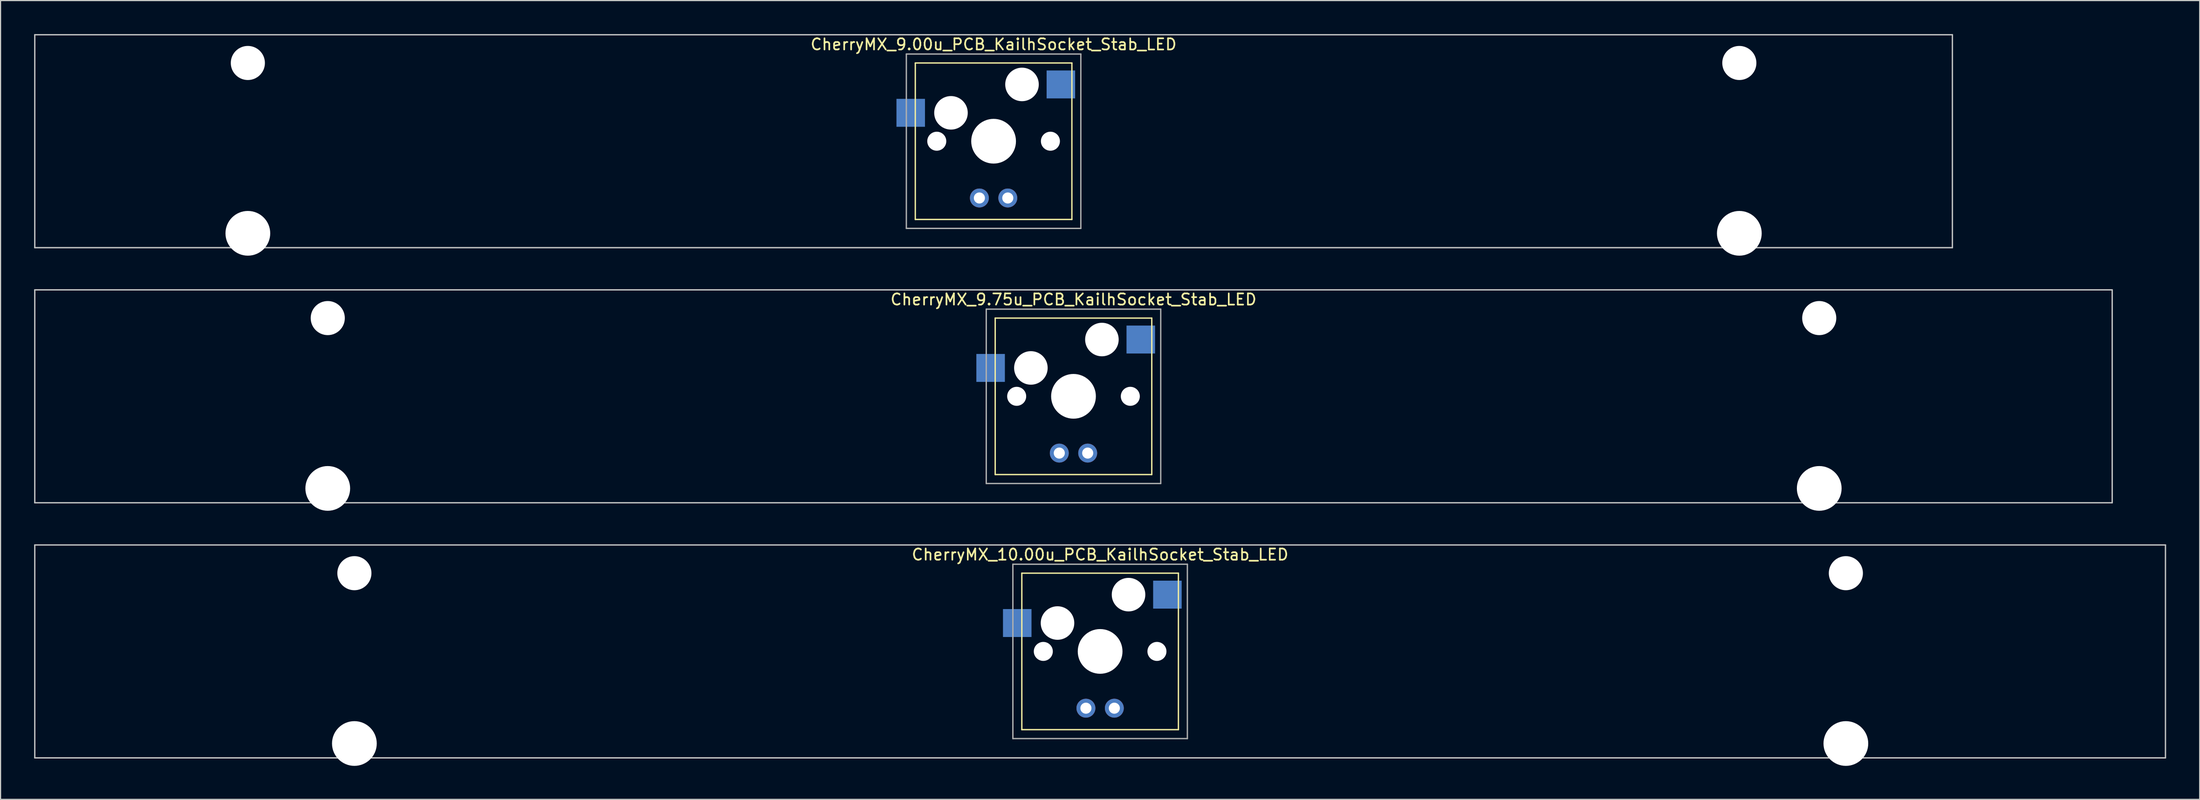
<source format=kicad_pcb>
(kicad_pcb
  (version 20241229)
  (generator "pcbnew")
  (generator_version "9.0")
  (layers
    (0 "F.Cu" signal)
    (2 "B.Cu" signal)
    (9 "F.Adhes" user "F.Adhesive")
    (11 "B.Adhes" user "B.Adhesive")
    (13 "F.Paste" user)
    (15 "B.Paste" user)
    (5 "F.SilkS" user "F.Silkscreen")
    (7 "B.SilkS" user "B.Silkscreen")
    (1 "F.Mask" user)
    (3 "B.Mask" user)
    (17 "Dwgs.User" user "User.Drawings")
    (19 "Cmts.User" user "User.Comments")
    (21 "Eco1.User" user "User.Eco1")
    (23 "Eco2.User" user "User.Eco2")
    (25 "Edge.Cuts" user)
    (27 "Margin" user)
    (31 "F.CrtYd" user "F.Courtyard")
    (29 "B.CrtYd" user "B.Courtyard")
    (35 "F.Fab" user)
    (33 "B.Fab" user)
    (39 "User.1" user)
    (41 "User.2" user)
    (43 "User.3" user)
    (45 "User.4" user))
  (footprint "CherryMX_9.00u_PCB_KailhSocket_Stab_LED"
    (layer "F.Cu")
    (at 85.785 9.585)
    (property "Reference" "CherryMX_9.00u_PCB_KailhSocket_Stab_LED" (at 0 -8.662 0) (layer "F.SilkS") (effects (font (size 1 1) (thickness 0.15))))
    (attr through_hole)
    (fp_line (start -7 -7) (end -7 7) (stroke (width 0.12) (type solid)) (layer "F.SilkS"))
    (fp_line (start -7 -7) (end 7 -7) (stroke (width 0.12) (type solid)) (layer "F.SilkS"))
    (fp_line (start 7 -7) (end 7 7) (stroke (width 0.12) (type solid)) (layer "F.SilkS"))
    (fp_line (start 7 7) (end -7 7) (stroke (width 0.12) (type solid)) (layer "F.SilkS"))
    (fp_line (start -85.725 -9.525) (end 85.725 -9.525) (stroke (width 0.12) (type solid)) (layer "Dwgs.User"))
    (fp_line (start -85.725 9.525) (end -85.725 -9.525) (stroke (width 0.12) (type solid)) (layer "Dwgs.User"))
    (fp_line (start 85.725 -9.525) (end 85.725 9.525) (stroke (width 0.12) (type solid)) (layer "Dwgs.User"))
    (fp_line (start 85.725 9.525) (end -85.725 9.525) (stroke (width 0.12) (type solid)) (layer "Dwgs.User"))
    (fp_line (start -7.8 -7.8) (end -7.8 7.8) (stroke (width 0.12) (type solid)) (layer "F.Fab"))
    (fp_line (start -7.8 -7.8) (end 7.8 -7.8) (stroke (width 0.12) (type solid)) (layer "F.Fab"))
    (fp_line (start -7.8 7.8) (end 7.8 7.8) (stroke (width 0.12) (type solid)) (layer "F.Fab"))
    (fp_line (start 7.8 -7.8) (end 7.8 7.8) (stroke (width 0.12) (type solid)) (layer "F.Fab"))
    (pad "" np_thru_hole circle (at -66.675 -7) (size 3.05 3.05) (drill 3.05) (layers "*.Cu" "*.Mask"))
    (pad "" np_thru_hole circle (at -66.675 8.24) (size 4 4) (drill 4) (layers "*.Cu" "*.Mask"))
    (pad "" np_thru_hole circle (at -5.08 0) (size 1.7 1.7) (drill 1.7) (layers "*.Cu" "*.Mask"))
    (pad "" np_thru_hole circle (at -3.81 -2.54) (size 3 3) (drill 3) (layers "*.Cu" "*.Mask"))
    (pad "" np_thru_hole circle (at 0 0) (size 4 4) (drill 4) (layers "*.Cu" "*.Mask"))
    (pad "" np_thru_hole circle (at 2.54 -5.08) (size 3 3) (drill 3) (layers "*.Cu" "*.Mask"))
    (pad "" np_thru_hole circle (at 5.08 0) (size 1.7 1.7) (drill 1.7) (layers "*.Cu" "*.Mask"))
    (pad "" np_thru_hole circle (at 66.675 -7) (size 3.05 3.05) (drill 3.05) (layers "*.Cu" "*.Mask"))
    (pad "" np_thru_hole circle (at 66.675 8.24) (size 4 4) (drill 4) (layers "*.Cu" "*.Mask"))
    (pad "1" smd rect (at -7.41 -2.54) (size 2.55 2.5) (layers "B.Cu" "B.Mask" "B.Paste"))
    (pad "2" smd rect (at 6.015 -5.08) (size 2.55 2.5) (layers "B.Cu" "B.Mask" "B.Paste"))
    (pad "3" thru_hole circle (at -1.27 5.08) (size 1.691 1.691) (drill 0.991) (layers "*.Cu" "*.Mask"))
    (pad "4" thru_hole circle (at 1.27 5.08) (size 1.691 1.691) (drill 0.991) (layers "*.Cu" "*.Mask")))
  (footprint "CherryMX_9.75u_PCB_KailhSocket_Stab_LED"
    (layer "F.Cu")
    (at 92.929 32.41)
    (property "Reference" "CherryMX_9.75u_PCB_KailhSocket_Stab_LED" (at 0 -8.662 0) (layer "F.SilkS") (effects (font (size 1 1) (thickness 0.15))))
    (attr through_hole)
    (fp_line (start -7 -7) (end -7 7) (stroke (width 0.12) (type solid)) (layer "F.SilkS"))
    (fp_line (start -7 -7) (end 7 -7) (stroke (width 0.12) (type solid)) (layer "F.SilkS"))
    (fp_line (start 7 -7) (end 7 7) (stroke (width 0.12) (type solid)) (layer "F.SilkS"))
    (fp_line (start 7 7) (end -7 7) (stroke (width 0.12) (type solid)) (layer "F.SilkS"))
    (fp_line (start -92.869 -9.525) (end 92.869 -9.525) (stroke (width 0.12) (type solid)) (layer "Dwgs.User"))
    (fp_line (start -92.869 9.525) (end -92.869 -9.525) (stroke (width 0.12) (type solid)) (layer "Dwgs.User"))
    (fp_line (start 92.869 -9.525) (end 92.869 9.525) (stroke (width 0.12) (type solid)) (layer "Dwgs.User"))
    (fp_line (start 92.869 9.525) (end -92.869 9.525) (stroke (width 0.12) (type solid)) (layer "Dwgs.User"))
    (fp_line (start -7.8 -7.8) (end -7.8 7.8) (stroke (width 0.12) (type solid)) (layer "F.Fab"))
    (fp_line (start -7.8 -7.8) (end 7.8 -7.8) (stroke (width 0.12) (type solid)) (layer "F.Fab"))
    (fp_line (start -7.8 7.8) (end 7.8 7.8) (stroke (width 0.12) (type solid)) (layer "F.Fab"))
    (fp_line (start 7.8 -7.8) (end 7.8 7.8) (stroke (width 0.12) (type solid)) (layer "F.Fab"))
    (pad "" np_thru_hole circle (at -66.675 -7) (size 3.05 3.05) (drill 3.05) (layers "*.Cu" "*.Mask"))
    (pad "" np_thru_hole circle (at -66.675 8.24) (size 4 4) (drill 4) (layers "*.Cu" "*.Mask"))
    (pad "" np_thru_hole circle (at -5.08 0) (size 1.7 1.7) (drill 1.7) (layers "*.Cu" "*.Mask"))
    (pad "" np_thru_hole circle (at -3.81 -2.54) (size 3 3) (drill 3) (layers "*.Cu" "*.Mask"))
    (pad "" np_thru_hole circle (at 0 0) (size 4 4) (drill 4) (layers "*.Cu" "*.Mask"))
    (pad "" np_thru_hole circle (at 2.54 -5.08) (size 3 3) (drill 3) (layers "*.Cu" "*.Mask"))
    (pad "" np_thru_hole circle (at 5.08 0) (size 1.7 1.7) (drill 1.7) (layers "*.Cu" "*.Mask"))
    (pad "" np_thru_hole circle (at 66.675 -7) (size 3.05 3.05) (drill 3.05) (layers "*.Cu" "*.Mask"))
    (pad "" np_thru_hole circle (at 66.675 8.24) (size 4 4) (drill 4) (layers "*.Cu" "*.Mask"))
    (pad "1" smd rect (at -7.41 -2.54) (size 2.55 2.5) (layers "B.Cu" "B.Mask" "B.Paste"))
    (pad "2" smd rect (at 6.015 -5.08) (size 2.55 2.5) (layers "B.Cu" "B.Mask" "B.Paste"))
    (pad "3" thru_hole circle (at -1.27 5.08) (size 1.691 1.691) (drill 0.991) (layers "*.Cu" "*.Mask"))
    (pad "4" thru_hole circle (at 1.27 5.08) (size 1.691 1.691) (drill 0.991) (layers "*.Cu" "*.Mask")))
  (footprint "CherryMX_10.00u_PCB_KailhSocket_Stab_LED"
    (layer "F.Cu")
    (at 95.31 55.235)
    (property "Reference" "CherryMX_10.00u_PCB_KailhSocket_Stab_LED" (at 0 -8.662 0) (layer "F.SilkS") (effects (font (size 1 1) (thickness 0.15))))
    (attr through_hole)
    (fp_line (start -7 -7) (end -7 7) (stroke (width 0.12) (type solid)) (layer "F.SilkS"))
    (fp_line (start -7 -7) (end 7 -7) (stroke (width 0.12) (type solid)) (layer "F.SilkS"))
    (fp_line (start 7 -7) (end 7 7) (stroke (width 0.12) (type solid)) (layer "F.SilkS"))
    (fp_line (start 7 7) (end -7 7) (stroke (width 0.12) (type solid)) (layer "F.SilkS"))
    (fp_line (start -95.25 -9.525) (end 95.25 -9.525) (stroke (width 0.12) (type solid)) (layer "Dwgs.User"))
    (fp_line (start -95.25 9.525) (end -95.25 -9.525) (stroke (width 0.12) (type solid)) (layer "Dwgs.User"))
    (fp_line (start 95.25 -9.525) (end 95.25 9.525) (stroke (width 0.12) (type solid)) (layer "Dwgs.User"))
    (fp_line (start 95.25 9.525) (end -95.25 9.525) (stroke (width 0.12) (type solid)) (layer "Dwgs.User"))
    (fp_line (start -7.8 -7.8) (end -7.8 7.8) (stroke (width 0.12) (type solid)) (layer "F.Fab"))
    (fp_line (start -7.8 -7.8) (end 7.8 -7.8) (stroke (width 0.12) (type solid)) (layer "F.Fab"))
    (fp_line (start -7.8 7.8) (end 7.8 7.8) (stroke (width 0.12) (type solid)) (layer "F.Fab"))
    (fp_line (start 7.8 -7.8) (end 7.8 7.8) (stroke (width 0.12) (type solid)) (layer "F.Fab"))
    (pad "" np_thru_hole circle (at -66.675 -7) (size 3.05 3.05) (drill 3.05) (layers "*.Cu" "*.Mask"))
    (pad "" np_thru_hole circle (at -66.675 8.24) (size 4 4) (drill 4) (layers "*.Cu" "*.Mask"))
    (pad "" np_thru_hole circle (at -5.08 0) (size 1.7 1.7) (drill 1.7) (layers "*.Cu" "*.Mask"))
    (pad "" np_thru_hole circle (at -3.81 -2.54) (size 3 3) (drill 3) (layers "*.Cu" "*.Mask"))
    (pad "" np_thru_hole circle (at 0 0) (size 4 4) (drill 4) (layers "*.Cu" "*.Mask"))
    (pad "" np_thru_hole circle (at 2.54 -5.08) (size 3 3) (drill 3) (layers "*.Cu" "*.Mask"))
    (pad "" np_thru_hole circle (at 5.08 0) (size 1.7 1.7) (drill 1.7) (layers "*.Cu" "*.Mask"))
    (pad "" np_thru_hole circle (at 66.675 -7) (size 3.05 3.05) (drill 3.05) (layers "*.Cu" "*.Mask"))
    (pad "" np_thru_hole circle (at 66.675 8.24) (size 4 4) (drill 4) (layers "*.Cu" "*.Mask"))
    (pad "1" smd rect (at -7.41 -2.54) (size 2.55 2.5) (layers "B.Cu" "B.Mask" "B.Paste"))
    (pad "2" smd rect (at 6.015 -5.08) (size 2.55 2.5) (layers "B.Cu" "B.Mask" "B.Paste"))
    (pad "3" thru_hole circle (at -1.27 5.08) (size 1.691 1.691) (drill 0.991) (layers "*.Cu" "*.Mask"))
    (pad "4" thru_hole circle (at 1.27 5.08) (size 1.691 1.691) (drill 0.991) (layers "*.Cu" "*.Mask")))
  (gr_rect
    (start -3 -3)
    (end 193.62 68.475)
    (stroke (width 0.1) (type default))
    (fill no)
    (layer "Edge.Cuts")))
</source>
